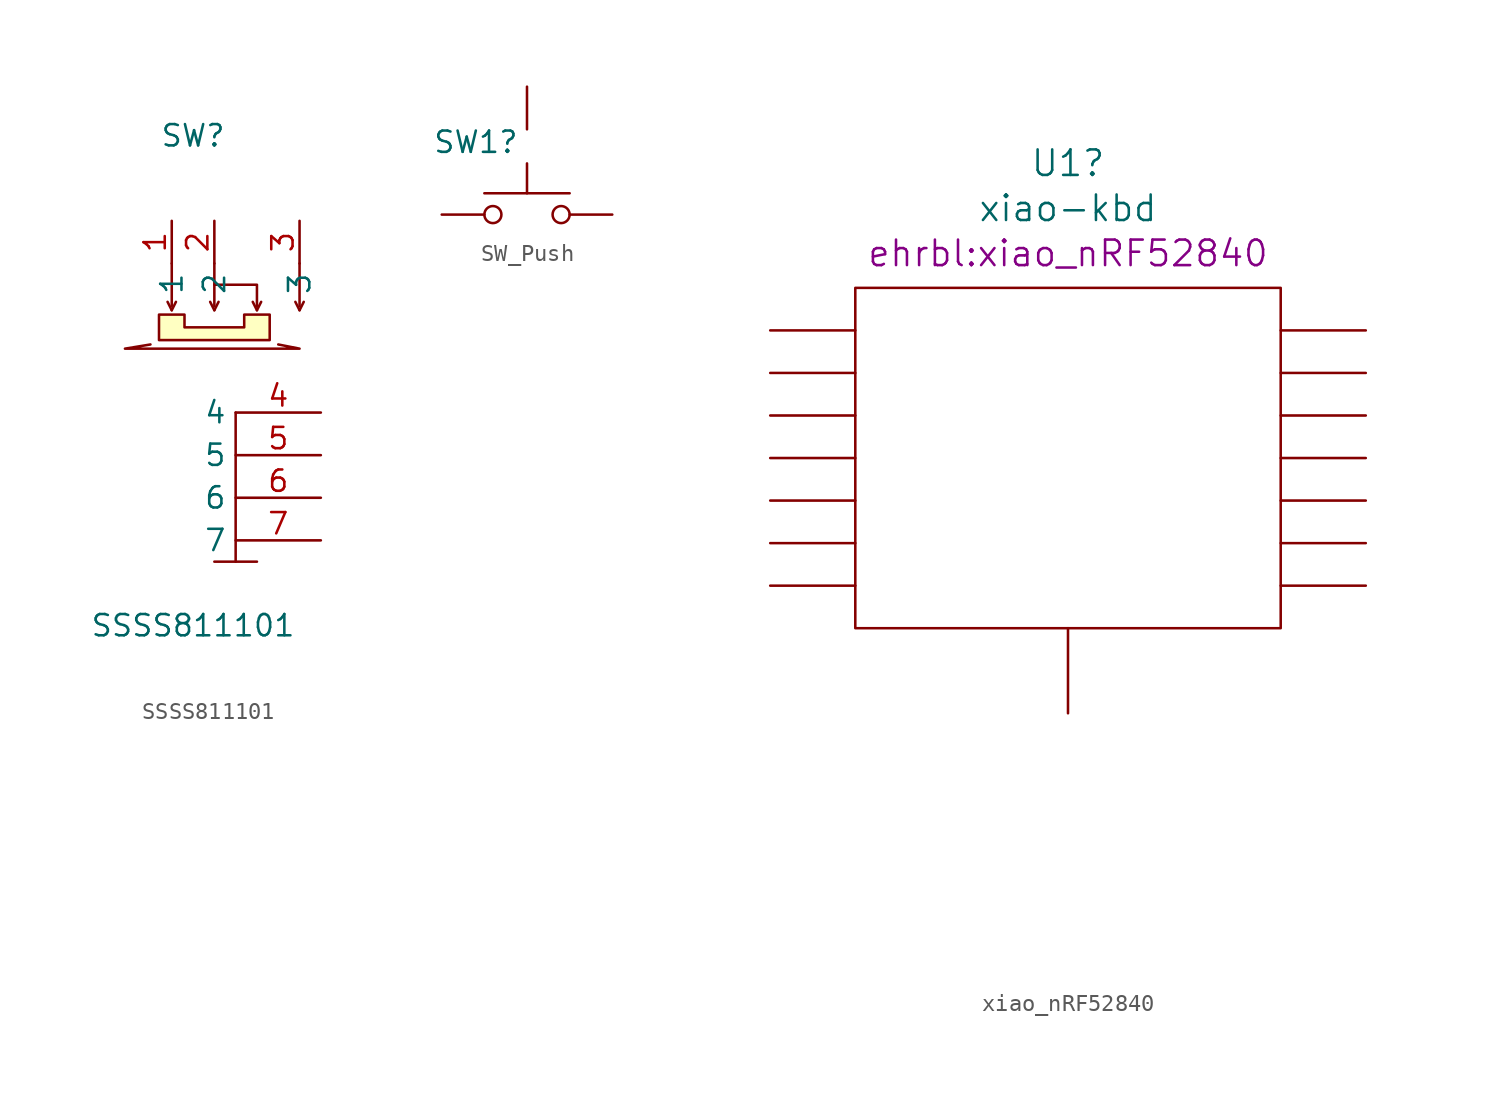
<source format=kicad_sym>
(kicad_symbol_lib
  (version 20231120)
  (generator "kicad_symbol_editor")
  (generator_version "8.0")
  (symbol "SSSS811101"
    (property "Reference" "SW"
      (at 0 8.89 0)
      (effects (font (size 1.27 1.27))))
    (property "Value" "SSSS811101"
      (at 0 -20.32 0)
      (effects (font (size 1.27 1.27))))
    (symbol "SSSS811101_0_1"
      (polyline (pts (xy -1.27 -1.52) (xy -1.52 -1.02)) (stroke (width 0) (type default)) (fill (type none)))
      (polyline (pts (xy -1.27 -1.52) (xy -1.02 -1.02)) (stroke (width 0) (type default)) (fill (type none)))
      (polyline (pts (xy -1.27 1.27) (xy -1.27 -1.27)) (stroke (width 0) (type default)) (fill (type none)))
      (polyline (pts (xy 1.27 -16.51) (xy 3.81 -16.51)) (stroke (width 0) (type default)) (fill (type none)))
      (polyline (pts (xy 1.27 -1.52) (xy 1.02 -1.02)) (stroke (width 0) (type default)) (fill (type none)))
      (polyline (pts (xy 1.27 -1.52) (xy 1.52 -1.02)) (stroke (width 0) (type default)) (fill (type none)))
      (polyline (pts (xy 1.27 1.27) (xy 1.27 -1.27)) (stroke (width 0) (type default)) (fill (type none)))
      (polyline (pts (xy 2.54 -7.62) (xy 2.54 -16.51)) (stroke (width 0) (type default)) (fill (type none)))
      (polyline (pts (xy 3.81 -1.52) (xy 3.56 -1.02)) (stroke (width 0) (type default)) (fill (type none)))
      (polyline (pts (xy 3.81 -1.52) (xy 4.06 -1.02)) (stroke (width 0) (type default)) (fill (type none)))
      (polyline (pts (xy 6.35 -1.52) (xy 6.1 -1.02)) (stroke (width 0) (type default)) (fill (type none)))
      (polyline (pts (xy 6.35 -1.52) (xy 6.6 -1.02)) (stroke (width 0) (type default)) (fill (type none)))
      (polyline (pts (xy 6.35 1.27) (xy 6.35 -1.27)) (stroke (width 0) (type default)) (fill (type none)))
      (polyline (pts (xy 1.27 0) (xy 3.81 0) (xy 3.81 -1.27)) (stroke (width 0) (type default)) (fill (type none)))
      (polyline (pts (xy 5.08 -3.56) (xy 6.35 -3.81) (xy -4.06 -3.81) (xy -2.54 -3.56)) (stroke (width 0) (type default)) (fill (type none)))
      (polyline (pts (xy 4.57 -1.78) (xy 4.57 -3.3) (xy -2.03 -3.3) (xy -2.03 -1.78) (xy -0.51 -1.78) (xy -0.51 -2.54) (xy 3.05 -2.54) (xy 3.05 -1.78) (xy 4.57 -1.78)) (stroke (width 0) (type default)) (fill (type background)))
      (pin passive line (at -1.27 3.81 270) (length 2.54) (name "1" (effects (font (size 1.27 1.27)))) (number "1" (effects (font (size 1.27 1.27)))))
      (pin passive line (at 1.27 3.81 270) (length 2.54) (name "2" (effects (font (size 1.27 1.27)))) (number "2" (effects (font (size 1.27 1.27)))))
      (pin passive line (at 6.35 3.81 270) (length 2.54) (name "3" (effects (font (size 1.27 1.27)))) (number "3" (effects (font (size 1.27 1.27)))))
      (pin passive line (at 7.62 -7.62 180) (length 5.08) (name "4" (effects (font (size 1.27 1.27)))) (number "4" (effects (font (size 1.27 1.27)))))
      (pin passive line (at 7.62 -10.16 180) (length 5.08) (name "5" (effects (font (size 1.27 1.27)))) (number "5" (effects (font (size 1.27 1.27)))))
      (pin passive line (at 7.62 -12.7 180) (length 5.08) (name "6" (effects (font (size 1.27 1.27)))) (number "6" (effects (font (size 1.27 1.27)))))
      (pin passive line (at 7.62 -15.24 180) (length 5.08) (name "7" (effects (font (size 1.27 1.27)))) (number "7" (effects (font (size 1.27 1.27)))))))
  (symbol "SW_Push"
    (pin_numbers hide)
    (pin_names
      (offset 1.016) hide)
    (property "Reference" "SW1"
      (at -3.048 3.048 0)
      (effects (font (size 1.27 1.27))))
    (symbol "SW_Push_0_1"
      (circle (center -2.032 -1.27) (radius 0.508) (stroke (width 0) (type default)) (fill (type none)))
      (polyline (pts (xy 0 0) (xy 0 1.778)) (stroke (width 0) (type default)) (fill (type none)))
      (polyline (pts (xy 2.54 0) (xy -2.54 0)) (stroke (width 0) (type default)) (fill (type none)))
      (circle (center 2.032 -1.27) (radius 0.508) (stroke (width 0) (type default)) (fill (type none)))
      (pin passive line (at -5.08 -1.27 0) (length 2.54) (name "1" (effects (font (size 1.27 1.27)))) (number "1" (effects (font (size 1.27 1.27)))))
      (pin passive line (at 5.08 -1.27 180) (length 2.54) (name "2" (effects (font (size 1.27 1.27)))) (number "2" (effects (font (size 1.27 1.27)))))
      (pin passive line (at 0 6.35 270) (length 2.54) (name "3" (effects (font (size 1.27 1.27)))) (number "3" (effects (font (size 1.27 1.27)))))))
  (symbol "xiao_nRF52840"
    (pin_numbers hide)
    (pin_names
      (offset 1.016) hide)
    (property "Reference" "U1"
      (at 0 17.602 0)
      (effects (font (size 1.524 1.524))))
    (property "Value" "xiao-kbd"
      (at 0 14.91 0)
      (effects (font (size 1.524 1.524))))
    (property "Footprint" "ehrbl:xiao_nRF52840"
      (at 0 12.217 0)
      (effects (font (size 1.524 1.524))))
    (property "Datasheet" ""
      (at 2.54 -26.67 0)
      (effects (font (size 1.524 1.524))))
    (symbol "xiao_nRF52840_0_1"
      (rectangle (start -12.7 10.16) (end 12.7 -10.16) (stroke (width 0) (type default)) (fill (type none))))
    (symbol "xiao_nRF52840_1_1"
      (pin bidirectional line (at -17.78 7.62 0) (length 5.08) (name "D0" (effects (font (size 1.27 1.27)))) (number "1" (effects (font (size 1.27 1.27)))))
      (pin bidirectional line (at 17.78 -2.54 180) (length 5.08) (name "D9" (effects (font (size 1.27 1.27)))) (number "10" (effects (font (size 1.27 1.27)))))
      (pin bidirectional line (at 17.78 0 180) (length 5.08) (name "D10" (effects (font (size 1.27 1.27)))) (number "11" (effects (font (size 1.27 1.27)))))
      (pin power_out line (at 17.78 2.54 180) (length 5.08) (name "3v3" (effects (font (size 1.27 1.27)))) (number "12" (effects (font (size 1.27 1.27)))))
      (pin power_out line (at 17.78 5.08 180) (length 5.08) (name "GND" (effects (font (size 1.27 1.27)))) (number "13" (effects (font (size 1.27 1.27)))))
      (pin power_out line (at 17.78 7.62 180) (length 5.08) (name "5v" (effects (font (size 1.27 1.27)))) (number "14" (effects (font (size 1.27 1.27)))))
      (pin passive line (at 0 -15.24 90) (length 5.08) (name "BAT+" (effects (font (size 1.27 1.27)))) (number "15" (effects (font (size 1.27 1.27)))))
      (pin bidirectional line (at -17.78 5.08 0) (length 5.08) (name "D1" (effects (font (size 1.27 1.27)))) (number "2" (effects (font (size 1.27 1.27)))))
      (pin bidirectional line (at -17.78 2.54 0) (length 5.08) (name "D2" (effects (font (size 1.27 1.27)))) (number "3" (effects (font (size 1.27 1.27)))))
      (pin bidirectional line (at -17.78 0 0) (length 5.08) (name "D3" (effects (font (size 1.27 1.27)))) (number "4" (effects (font (size 1.27 1.27)))))
      (pin bidirectional line (at -17.78 -2.54 0) (length 5.08) (name "D4" (effects (font (size 1.27 1.27)))) (number "5" (effects (font (size 1.27 1.27)))))
      (pin bidirectional line (at -17.78 -5.08 0) (length 5.08) (name "D5" (effects (font (size 1.27 1.27)))) (number "6" (effects (font (size 1.27 1.27)))))
      (pin bidirectional line (at -17.78 -7.62 0) (length 5.08) (name "D6" (effects (font (size 1.27 1.27)))) (number "7" (effects (font (size 1.27 1.27)))))
      (pin bidirectional line (at 17.78 -7.62 180) (length 5.08) (name "D7" (effects (font (size 1.27 1.27)))) (number "8" (effects (font (size 1.27 1.27)))))
      (pin bidirectional line (at 17.78 -5.08 180) (length 5.08) (name "D8" (effects (font (size 1.27 1.27)))) (number "9" (effects (font (size 1.27 1.27))))))))
</source>
